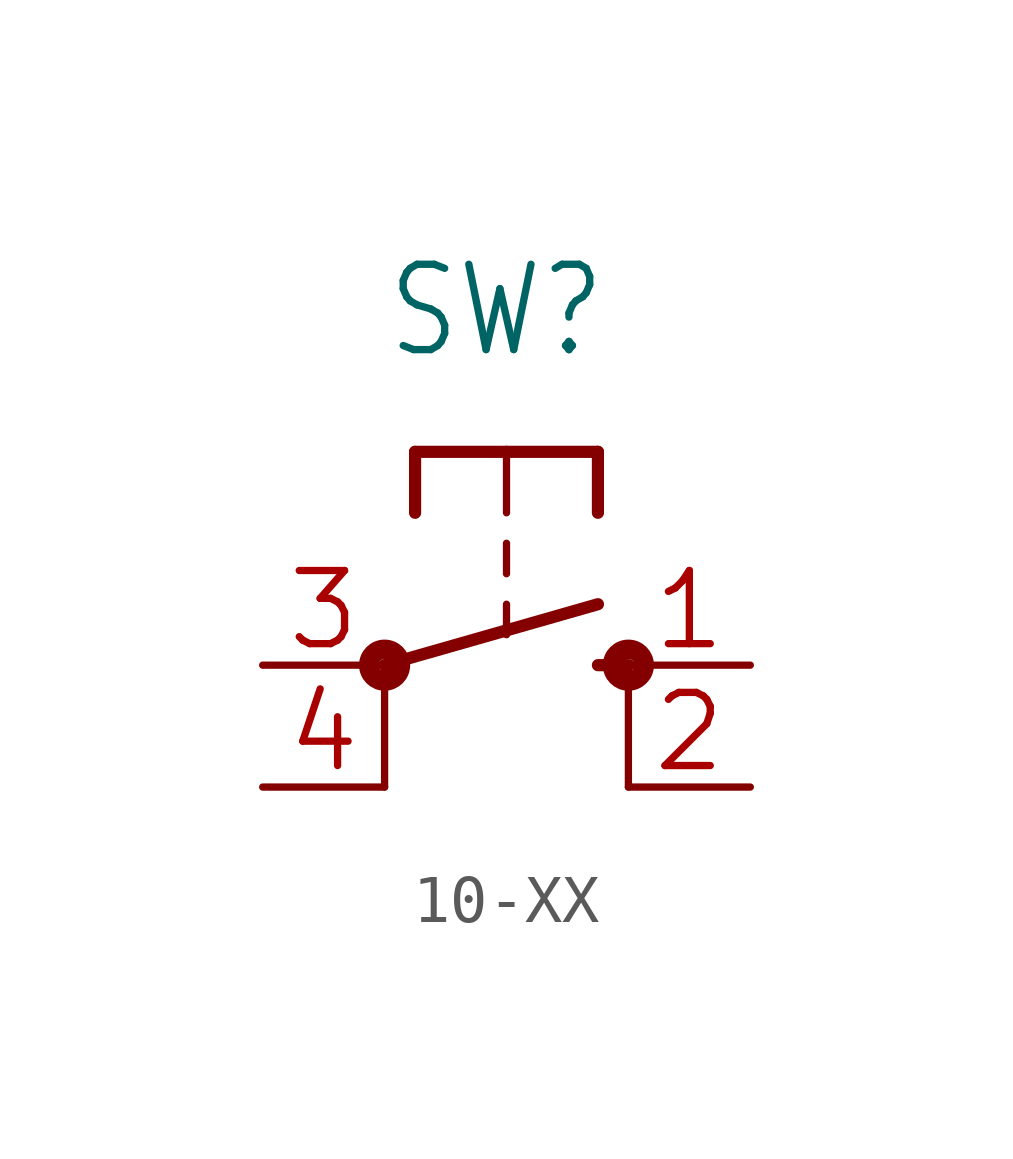
<source format=kicad_sym>
(kicad_symbol_lib
  (version 20241209)
  (generator "kicad_symbol_editor")
  (generator_version "9.0")
  (symbol "10-XX"
    (property "Reference" "SW"
      (at -2.54 6.35 0)
      (effects (font (size 1.778 1.511)) (justify left bottom)))
    (property "Value" ""
      (at 3.175 3.81 0)
      (effects (font (size 1.778 1.511)) (justify left bottom)))
    (property "ki_locked" ""
      (at 0 0 0)
      (effects (font (size 1.27 1.27))))
    (symbol "10-XX_1_0"
      (circle (center -2.54 0) (radius 0.127) (stroke (width 0.406) (type solid)) (fill (type none)))
      (polyline (pts (xy -2.54 0) (xy 1.905 1.27)) (stroke (width 0.254) (type solid)) (fill (type none)))
      (polyline (pts (xy -2.54 -2.54) (xy -2.54 0)) (stroke (width 0.152) (type solid)) (fill (type none)))
      (polyline (pts (xy -1.905 4.445) (xy -1.905 3.175)) (stroke (width 0.254) (type solid)) (fill (type none)))
      (polyline (pts (xy 0 4.445) (xy -1.905 4.445)) (stroke (width 0.254) (type solid)) (fill (type none)))
      (polyline (pts (xy 0 4.445) (xy 0 3.175)) (stroke (width 0.152) (type solid)) (fill (type none)))
      (polyline (pts (xy 0 2.54) (xy 0 1.905)) (stroke (width 0.152) (type solid)) (fill (type none)))
      (polyline (pts (xy 0 1.27) (xy 0 0.635)) (stroke (width 0.152) (type solid)) (fill (type none)))
      (polyline (pts (xy 1.905 4.445) (xy 0 4.445)) (stroke (width 0.254) (type solid)) (fill (type none)))
      (polyline (pts (xy 1.905 4.445) (xy 1.905 3.175)) (stroke (width 0.254) (type solid)) (fill (type none)))
      (polyline (pts (xy 1.905 0) (xy 2.54 0)) (stroke (width 0.254) (type solid)) (fill (type none)))
      (circle (center 2.54 0) (radius 0.127) (stroke (width 0.406) (type solid)) (fill (type none)))
      (polyline (pts (xy 2.54 -2.54) (xy 2.54 0)) (stroke (width 0.152) (type solid)) (fill (type none)))
      (pin passive line (at -5.08 0 0) (length 2.54) (name "P" (effects (font (size 0 0)))) (number "3" (effects (font (size 1.524 1.524)))))
      (pin passive line (at -5.08 -2.54 0) (length 2.54) (name "P1" (effects (font (size 0 0)))) (number "4" (effects (font (size 1.524 1.524)))))
      (pin passive line (at 5.08 0 180) (length 2.54) (name "S" (effects (font (size 0 0)))) (number "1" (effects (font (size 1.524 1.524)))))
      (pin passive line (at 5.08 -2.54 180) (length 2.54) (name "S1" (effects (font (size 0 0)))) (number "2" (effects (font (size 1.524 1.524))))))))
</source>
